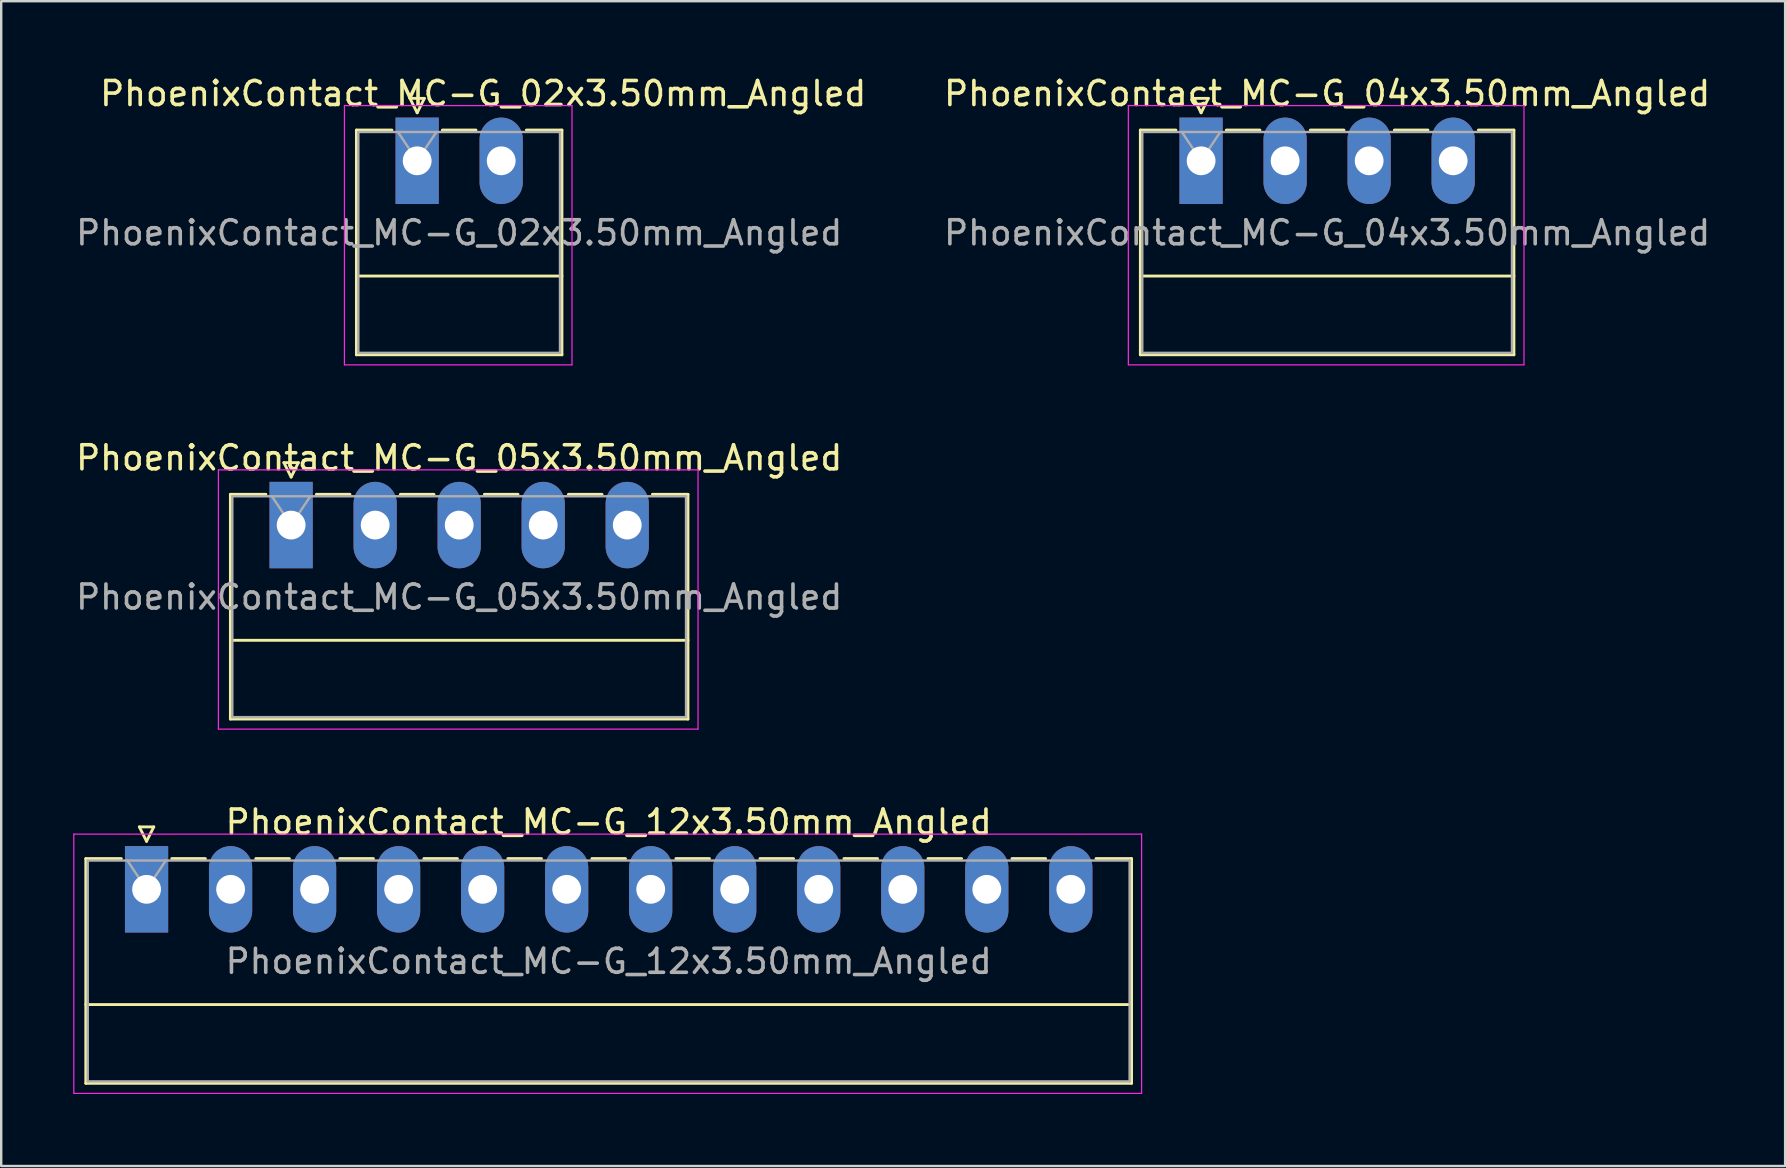
<source format=kicad_pcb>
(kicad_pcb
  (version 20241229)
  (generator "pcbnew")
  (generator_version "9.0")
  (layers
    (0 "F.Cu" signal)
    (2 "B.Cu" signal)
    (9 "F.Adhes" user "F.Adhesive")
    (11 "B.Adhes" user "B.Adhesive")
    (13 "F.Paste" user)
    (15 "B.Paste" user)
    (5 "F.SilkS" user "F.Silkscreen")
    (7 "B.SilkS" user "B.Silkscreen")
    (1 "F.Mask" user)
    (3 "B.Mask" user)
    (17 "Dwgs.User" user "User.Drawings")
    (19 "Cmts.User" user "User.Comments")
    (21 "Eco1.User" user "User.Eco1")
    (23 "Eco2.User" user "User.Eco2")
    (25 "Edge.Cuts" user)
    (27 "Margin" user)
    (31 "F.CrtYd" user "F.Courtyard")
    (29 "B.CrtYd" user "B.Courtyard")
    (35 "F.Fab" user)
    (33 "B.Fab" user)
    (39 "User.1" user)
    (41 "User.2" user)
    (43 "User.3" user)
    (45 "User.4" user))
  (footprint "PhoenixContact_MC-G_02x3.50mm_Angled"
    (layer "F.Cu")
    (at 14.327 3.648)
    (property "Reference" "PhoenixContact_MC-G_02x3.50mm_Angled" (at 2.75 -2.8 0) (layer "F.SilkS") (effects (font (size 1 1) (thickness 0.15))))
    (attr through_hole)
    (fp_line (start -2.53 -1.28) (end -2.53 8.08) (stroke (width 0.12) (type solid)) (layer "F.SilkS"))
    (fp_line (start -2.53 -1.28) (end -1.05 -1.28) (stroke (width 0.12) (type solid)) (layer "F.SilkS"))
    (fp_line (start -2.53 4.8) (end 6.03 4.8) (stroke (width 0.12) (type solid)) (layer "F.SilkS"))
    (fp_line (start -2.53 8.08) (end 6.03 8.08) (stroke (width 0.12) (type solid)) (layer "F.SilkS"))
    (fp_line (start -0.3 -2.6) (end 0.3 -2.6) (stroke (width 0.12) (type solid)) (layer "F.SilkS"))
    (fp_line (start 0 -2) (end -0.3 -2.6) (stroke (width 0.12) (type solid)) (layer "F.SilkS"))
    (fp_line (start 0.3 -2.6) (end 0 -2) (stroke (width 0.12) (type solid)) (layer "F.SilkS"))
    (fp_line (start 1.05 -1.28) (end 2.45 -1.28) (stroke (width 0.12) (type solid)) (layer "F.SilkS"))
    (fp_line (start 6.03 -1.28) (end 4.55 -1.28) (stroke (width 0.12) (type solid)) (layer "F.SilkS"))
    (fp_line (start 6.03 8.08) (end 6.03 -1.28) (stroke (width 0.12) (type solid)) (layer "F.SilkS"))
    (fp_line (start -3.03 -2.3) (end -3.03 8.5) (stroke (width 0.05) (type solid)) (layer "F.CrtYd"))
    (fp_line (start -3.03 8.5) (end 6.45 8.5) (stroke (width 0.05) (type solid)) (layer "F.CrtYd"))
    (fp_line (start 6.45 -2.3) (end -3.03 -2.3) (stroke (width 0.05) (type solid)) (layer "F.CrtYd"))
    (fp_line (start 6.45 8.5) (end 6.45 -2.3) (stroke (width 0.05) (type solid)) (layer "F.CrtYd"))
    (fp_line (start -2.45 -1.2) (end -2.45 8) (stroke (width 0.1) (type solid)) (layer "F.Fab"))
    (fp_line (start -2.45 8) (end 5.95 8) (stroke (width 0.1) (type solid)) (layer "F.Fab"))
    (fp_line (start 0 0) (end -0.8 -1.2) (stroke (width 0.1) (type solid)) (layer "F.Fab"))
    (fp_line (start 0.8 -1.2) (end 0 0) (stroke (width 0.1) (type solid)) (layer "F.Fab"))
    (fp_line (start 5.95 -1.2) (end -2.45 -1.2) (stroke (width 0.1) (type solid)) (layer "F.Fab"))
    (fp_line (start 5.95 8) (end 5.95 -1.2) (stroke (width 0.1) (type solid)) (layer "F.Fab"))
    (fp_text user "${REFERENCE}" (at 1.75 3 0) (layer "F.Fab") (effects (font (size 1 1) (thickness 0.15))))
    (pad "1" thru_hole rect (at 0 0) (size 1.8 3.6) (drill 1.2) (layers "*.Cu" "*.Mask"))
    (pad "2" thru_hole oval (at 3.5 0) (size 1.8 3.6) (drill 1.2) (layers "*.Cu" "*.Mask")))
  (footprint "PhoenixContact_MC-G_04x3.50mm_Angled"
    (layer "F.Cu")
    (at 46.982 3.648)
    (property "Reference" "PhoenixContact_MC-G_04x3.50mm_Angled" (at 5.25 -2.8 0) (layer "F.SilkS") (effects (font (size 1 1) (thickness 0.15))))
    (attr through_hole)
    (fp_line (start -2.53 -1.28) (end -2.53 8.08) (stroke (width 0.12) (type solid)) (layer "F.SilkS"))
    (fp_line (start -2.53 -1.28) (end -1.05 -1.28) (stroke (width 0.12) (type solid)) (layer "F.SilkS"))
    (fp_line (start -2.53 4.8) (end 13.03 4.8) (stroke (width 0.12) (type solid)) (layer "F.SilkS"))
    (fp_line (start -2.53 8.08) (end 13.03 8.08) (stroke (width 0.12) (type solid)) (layer "F.SilkS"))
    (fp_line (start -0.3 -2.6) (end 0.3 -2.6) (stroke (width 0.12) (type solid)) (layer "F.SilkS"))
    (fp_line (start 0 -2) (end -0.3 -2.6) (stroke (width 0.12) (type solid)) (layer "F.SilkS"))
    (fp_line (start 0.3 -2.6) (end 0 -2) (stroke (width 0.12) (type solid)) (layer "F.SilkS"))
    (fp_line (start 1.05 -1.28) (end 2.45 -1.28) (stroke (width 0.12) (type solid)) (layer "F.SilkS"))
    (fp_line (start 4.55 -1.28) (end 5.95 -1.28) (stroke (width 0.12) (type solid)) (layer "F.SilkS"))
    (fp_line (start 8.05 -1.28) (end 9.45 -1.28) (stroke (width 0.12) (type solid)) (layer "F.SilkS"))
    (fp_line (start 13.03 -1.28) (end 11.55 -1.28) (stroke (width 0.12) (type solid)) (layer "F.SilkS"))
    (fp_line (start 13.03 8.08) (end 13.03 -1.28) (stroke (width 0.12) (type solid)) (layer "F.SilkS"))
    (fp_line (start -3.03 -2.3) (end -3.03 8.5) (stroke (width 0.05) (type solid)) (layer "F.CrtYd"))
    (fp_line (start -3.03 8.5) (end 13.45 8.5) (stroke (width 0.05) (type solid)) (layer "F.CrtYd"))
    (fp_line (start 13.45 -2.3) (end -3.03 -2.3) (stroke (width 0.05) (type solid)) (layer "F.CrtYd"))
    (fp_line (start 13.45 8.5) (end 13.45 -2.3) (stroke (width 0.05) (type solid)) (layer "F.CrtYd"))
    (fp_line (start -2.45 -1.2) (end -2.45 8) (stroke (width 0.1) (type solid)) (layer "F.Fab"))
    (fp_line (start -2.45 8) (end 12.95 8) (stroke (width 0.1) (type solid)) (layer "F.Fab"))
    (fp_line (start 0 0) (end -0.8 -1.2) (stroke (width 0.1) (type solid)) (layer "F.Fab"))
    (fp_line (start 0.8 -1.2) (end 0 0) (stroke (width 0.1) (type solid)) (layer "F.Fab"))
    (fp_line (start 12.95 -1.2) (end -2.45 -1.2) (stroke (width 0.1) (type solid)) (layer "F.Fab"))
    (fp_line (start 12.95 8) (end 12.95 -1.2) (stroke (width 0.1) (type solid)) (layer "F.Fab"))
    (fp_text user "${REFERENCE}" (at 5.25 3 0) (layer "F.Fab") (effects (font (size 1 1) (thickness 0.15))))
    (pad "1" thru_hole rect (at 0 0) (size 1.8 3.6) (drill 1.2) (layers "*.Cu" "*.Mask"))
    (pad "2" thru_hole oval (at 3.5 0) (size 1.8 3.6) (drill 1.2) (layers "*.Cu" "*.Mask"))
    (pad "3" thru_hole oval (at 7 0) (size 1.8 3.6) (drill 1.2) (layers "*.Cu" "*.Mask"))
    (pad "4" thru_hole oval (at 10.5 0) (size 1.8 3.6) (drill 1.2) (layers "*.Cu" "*.Mask")))
  (footprint "PhoenixContact_MC-G_12x3.50mm_Angled"
    (layer "F.Cu")
    (at 3.055 33.995)
    (property "Reference" "PhoenixContact_MC-G_12x3.50mm_Angled" (at 19.25 -2.8 0) (layer "F.SilkS") (effects (font (size 1 1) (thickness 0.15))))
    (attr through_hole)
    (fp_line (start -2.53 -1.28) (end -2.53 8.08) (stroke (width 0.12) (type solid)) (layer "F.SilkS"))
    (fp_line (start -2.53 -1.28) (end -1.05 -1.28) (stroke (width 0.12) (type solid)) (layer "F.SilkS"))
    (fp_line (start -2.53 4.8) (end 41.03 4.8) (stroke (width 0.12) (type solid)) (layer "F.SilkS"))
    (fp_line (start -2.53 8.08) (end 41.03 8.08) (stroke (width 0.12) (type solid)) (layer "F.SilkS"))
    (fp_line (start -0.3 -2.6) (end 0.3 -2.6) (stroke (width 0.12) (type solid)) (layer "F.SilkS"))
    (fp_line (start 0 -2) (end -0.3 -2.6) (stroke (width 0.12) (type solid)) (layer "F.SilkS"))
    (fp_line (start 0.3 -2.6) (end 0 -2) (stroke (width 0.12) (type solid)) (layer "F.SilkS"))
    (fp_line (start 1.05 -1.28) (end 2.45 -1.28) (stroke (width 0.12) (type solid)) (layer "F.SilkS"))
    (fp_line (start 4.55 -1.28) (end 5.95 -1.28) (stroke (width 0.12) (type solid)) (layer "F.SilkS"))
    (fp_line (start 8.05 -1.28) (end 9.45 -1.28) (stroke (width 0.12) (type solid)) (layer "F.SilkS"))
    (fp_line (start 11.55 -1.28) (end 12.95 -1.28) (stroke (width 0.12) (type solid)) (layer "F.SilkS"))
    (fp_line (start 15.05 -1.28) (end 16.45 -1.28) (stroke (width 0.12) (type solid)) (layer "F.SilkS"))
    (fp_line (start 18.55 -1.28) (end 19.95 -1.28) (stroke (width 0.12) (type solid)) (layer "F.SilkS"))
    (fp_line (start 22.05 -1.28) (end 23.45 -1.28) (stroke (width 0.12) (type solid)) (layer "F.SilkS"))
    (fp_line (start 25.55 -1.28) (end 26.95 -1.28) (stroke (width 0.12) (type solid)) (layer "F.SilkS"))
    (fp_line (start 29.05 -1.28) (end 30.45 -1.28) (stroke (width 0.12) (type solid)) (layer "F.SilkS"))
    (fp_line (start 32.55 -1.28) (end 33.95 -1.28) (stroke (width 0.12) (type solid)) (layer "F.SilkS"))
    (fp_line (start 36.05 -1.28) (end 37.45 -1.28) (stroke (width 0.12) (type solid)) (layer "F.SilkS"))
    (fp_line (start 41.03 -1.28) (end 39.55 -1.28) (stroke (width 0.12) (type solid)) (layer "F.SilkS"))
    (fp_line (start 41.03 8.08) (end 41.03 -1.28) (stroke (width 0.12) (type solid)) (layer "F.SilkS"))
    (fp_line (start -3.03 -2.3) (end -3.03 8.5) (stroke (width 0.05) (type solid)) (layer "F.CrtYd"))
    (fp_line (start -3.03 8.5) (end 41.45 8.5) (stroke (width 0.05) (type solid)) (layer "F.CrtYd"))
    (fp_line (start 41.45 -2.3) (end -3.03 -2.3) (stroke (width 0.05) (type solid)) (layer "F.CrtYd"))
    (fp_line (start 41.45 8.5) (end 41.45 -2.3) (stroke (width 0.05) (type solid)) (layer "F.CrtYd"))
    (fp_line (start -2.45 -1.2) (end -2.45 8) (stroke (width 0.1) (type solid)) (layer "F.Fab"))
    (fp_line (start -2.45 8) (end 40.95 8) (stroke (width 0.1) (type solid)) (layer "F.Fab"))
    (fp_line (start 0 0) (end -0.8 -1.2) (stroke (width 0.1) (type solid)) (layer "F.Fab"))
    (fp_line (start 0.8 -1.2) (end 0 0) (stroke (width 0.1) (type solid)) (layer "F.Fab"))
    (fp_line (start 40.95 -1.2) (end -2.45 -1.2) (stroke (width 0.1) (type solid)) (layer "F.Fab"))
    (fp_line (start 40.95 8) (end 40.95 -1.2) (stroke (width 0.1) (type solid)) (layer "F.Fab"))
    (fp_text user "${REFERENCE}" (at 19.25 3 0) (layer "F.Fab") (effects (font (size 1 1) (thickness 0.15))))
    (pad "1" thru_hole rect (at 0 0) (size 1.8 3.6) (drill 1.2) (layers "*.Cu" "*.Mask"))
    (pad "2" thru_hole oval (at 3.5 0) (size 1.8 3.6) (drill 1.2) (layers "*.Cu" "*.Mask"))
    (pad "3" thru_hole oval (at 7 0) (size 1.8 3.6) (drill 1.2) (layers "*.Cu" "*.Mask"))
    (pad "4" thru_hole oval (at 10.5 0) (size 1.8 3.6) (drill 1.2) (layers "*.Cu" "*.Mask"))
    (pad "5" thru_hole oval (at 14 0) (size 1.8 3.6) (drill 1.2) (layers "*.Cu" "*.Mask"))
    (pad "6" thru_hole oval (at 17.5 0) (size 1.8 3.6) (drill 1.2) (layers "*.Cu" "*.Mask"))
    (pad "7" thru_hole oval (at 21 0) (size 1.8 3.6) (drill 1.2) (layers "*.Cu" "*.Mask"))
    (pad "8" thru_hole oval (at 24.5 0) (size 1.8 3.6) (drill 1.2) (layers "*.Cu" "*.Mask"))
    (pad "9" thru_hole oval (at 28 0) (size 1.8 3.6) (drill 1.2) (layers "*.Cu" "*.Mask"))
    (pad "10" thru_hole oval (at 31.5 0) (size 1.8 3.6) (drill 1.2) (layers "*.Cu" "*.Mask"))
    (pad "11" thru_hole oval (at 35 0) (size 1.8 3.6) (drill 1.2) (layers "*.Cu" "*.Mask"))
    (pad "12" thru_hole oval (at 38.5 0) (size 1.8 3.6) (drill 1.2) (layers "*.Cu" "*.Mask")))
  (footprint "PhoenixContact_MC-G_05x3.50mm_Angled"
    (layer "F.Cu")
    (at 9.077 18.822)
    (property "Reference" "PhoenixContact_MC-G_05x3.50mm_Angled" (at 7 -2.8 0) (layer "F.SilkS") (effects (font (size 1 1) (thickness 0.15))))
    (attr through_hole)
    (fp_line (start -2.53 -1.28) (end -2.53 8.08) (stroke (width 0.12) (type solid)) (layer "F.SilkS"))
    (fp_line (start -2.53 -1.28) (end -1.05 -1.28) (stroke (width 0.12) (type solid)) (layer "F.SilkS"))
    (fp_line (start -2.53 4.8) (end 16.53 4.8) (stroke (width 0.12) (type solid)) (layer "F.SilkS"))
    (fp_line (start -2.53 8.08) (end 16.53 8.08) (stroke (width 0.12) (type solid)) (layer "F.SilkS"))
    (fp_line (start -0.3 -2.6) (end 0.3 -2.6) (stroke (width 0.12) (type solid)) (layer "F.SilkS"))
    (fp_line (start 0 -2) (end -0.3 -2.6) (stroke (width 0.12) (type solid)) (layer "F.SilkS"))
    (fp_line (start 0.3 -2.6) (end 0 -2) (stroke (width 0.12) (type solid)) (layer "F.SilkS"))
    (fp_line (start 1.05 -1.28) (end 2.45 -1.28) (stroke (width 0.12) (type solid)) (layer "F.SilkS"))
    (fp_line (start 4.55 -1.28) (end 5.95 -1.28) (stroke (width 0.12) (type solid)) (layer "F.SilkS"))
    (fp_line (start 8.05 -1.28) (end 9.45 -1.28) (stroke (width 0.12) (type solid)) (layer "F.SilkS"))
    (fp_line (start 11.55 -1.28) (end 12.95 -1.28) (stroke (width 0.12) (type solid)) (layer "F.SilkS"))
    (fp_line (start 16.53 -1.28) (end 15.05 -1.28) (stroke (width 0.12) (type solid)) (layer "F.SilkS"))
    (fp_line (start 16.53 8.08) (end 16.53 -1.28) (stroke (width 0.12) (type solid)) (layer "F.SilkS"))
    (fp_line (start -3.03 -2.3) (end -3.03 8.5) (stroke (width 0.05) (type solid)) (layer "F.CrtYd"))
    (fp_line (start -3.03 8.5) (end 16.95 8.5) (stroke (width 0.05) (type solid)) (layer "F.CrtYd"))
    (fp_line (start 16.95 -2.3) (end -3.03 -2.3) (stroke (width 0.05) (type solid)) (layer "F.CrtYd"))
    (fp_line (start 16.95 8.5) (end 16.95 -2.3) (stroke (width 0.05) (type solid)) (layer "F.CrtYd"))
    (fp_line (start -2.45 -1.2) (end -2.45 8) (stroke (width 0.1) (type solid)) (layer "F.Fab"))
    (fp_line (start -2.45 8) (end 16.45 8) (stroke (width 0.1) (type solid)) (layer "F.Fab"))
    (fp_line (start 0 0) (end -0.8 -1.2) (stroke (width 0.1) (type solid)) (layer "F.Fab"))
    (fp_line (start 0.8 -1.2) (end 0 0) (stroke (width 0.1) (type solid)) (layer "F.Fab"))
    (fp_line (start 16.45 -1.2) (end -2.45 -1.2) (stroke (width 0.1) (type solid)) (layer "F.Fab"))
    (fp_line (start 16.45 8) (end 16.45 -1.2) (stroke (width 0.1) (type solid)) (layer "F.Fab"))
    (fp_text user "${REFERENCE}" (at 7 3 0) (layer "F.Fab") (effects (font (size 1 1) (thickness 0.15))))
    (pad "1" thru_hole rect (at 0 0) (size 1.8 3.6) (drill 1.2) (layers "*.Cu" "*.Mask"))
    (pad "2" thru_hole oval (at 3.5 0) (size 1.8 3.6) (drill 1.2) (layers "*.Cu" "*.Mask"))
    (pad "3" thru_hole oval (at 7 0) (size 1.8 3.6) (drill 1.2) (layers "*.Cu" "*.Mask"))
    (pad "4" thru_hole oval (at 10.5 0) (size 1.8 3.6) (drill 1.2) (layers "*.Cu" "*.Mask"))
    (pad "5" thru_hole oval (at 14 0) (size 1.8 3.6) (drill 1.2) (layers "*.Cu" "*.Mask")))
  (gr_rect
    (start -3 -3)
    (end 71.31 45.52)
    (stroke (width 0.1) (type default))
    (fill no)
    (layer "Edge.Cuts")))
</source>
